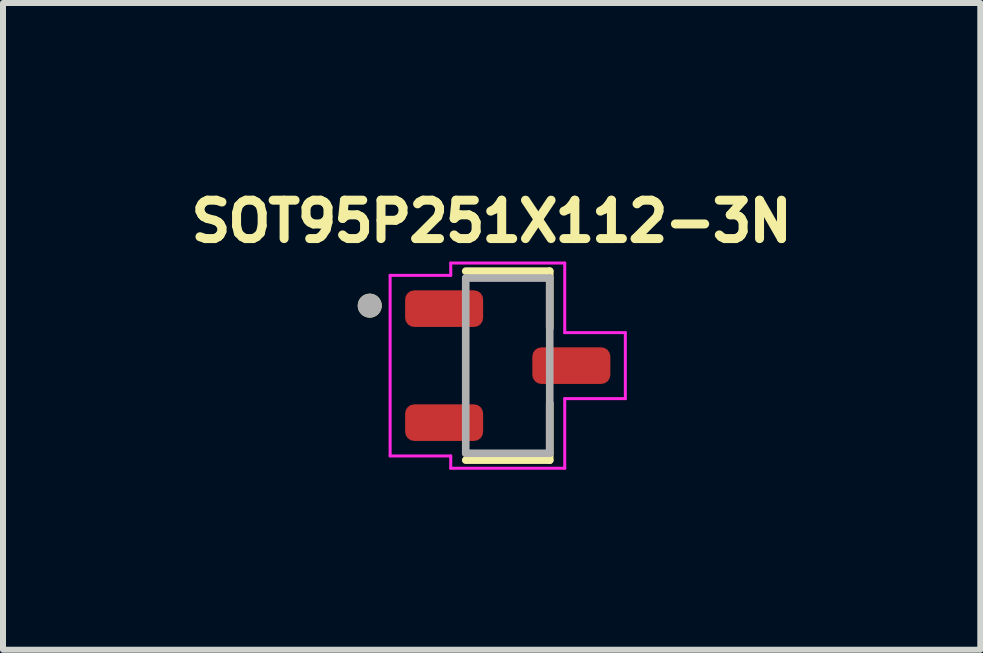
<source format=kicad_pcb>
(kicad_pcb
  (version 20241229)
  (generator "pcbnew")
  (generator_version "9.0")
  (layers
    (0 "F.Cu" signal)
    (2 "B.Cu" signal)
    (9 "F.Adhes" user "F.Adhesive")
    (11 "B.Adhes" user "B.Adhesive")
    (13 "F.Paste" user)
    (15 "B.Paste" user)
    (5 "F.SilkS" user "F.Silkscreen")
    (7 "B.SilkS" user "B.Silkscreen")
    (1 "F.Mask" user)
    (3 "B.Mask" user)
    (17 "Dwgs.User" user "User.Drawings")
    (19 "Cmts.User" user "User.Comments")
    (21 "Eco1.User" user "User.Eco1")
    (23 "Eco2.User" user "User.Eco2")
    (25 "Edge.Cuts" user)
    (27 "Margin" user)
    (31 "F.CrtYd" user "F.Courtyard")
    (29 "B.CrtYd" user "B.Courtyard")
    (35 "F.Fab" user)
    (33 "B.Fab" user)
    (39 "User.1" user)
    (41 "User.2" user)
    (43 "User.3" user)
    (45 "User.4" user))
  (footprint "SOT95P251X112-3N"
    (layer "F.Cu")
    (at 5.412 3.044)
    (property "Reference" "SOT95P251X112-3N" (at -0.268 -2.406 0) (layer "F.SilkS") (effects (font (size 0.64 0.64) (thickness 0.15))))
    (attr smd)
    (fp_line (start -0.7 -1.575) (end 0.7 -1.575) (stroke (width 0.127) (type solid)) (layer "F.SilkS"))
    (fp_line (start -0.7 1.575) (end 0.7 1.575) (stroke (width 0.127) (type solid)) (layer "F.SilkS"))
    (fp_line (start 0.7 -1.575) (end 0.7 -0.625) (stroke (width 0.127) (type solid)) (layer "F.SilkS"))
    (fp_line (start 0.7 0.625) (end 0.7 1.575) (stroke (width 0.127) (type solid)) (layer "F.SilkS"))
    (fp_circle (center -2.3 -1) (end -2.2 -1) (stroke (width 0.2) (type solid)) (fill no) (layer "F.SilkS"))
    (fp_line (start -1.96 -1.505) (end -1.96 1.505) (stroke (width 0.05) (type solid)) (layer "F.CrtYd"))
    (fp_line (start -1.96 1.505) (end -0.95 1.505) (stroke (width 0.05) (type solid)) (layer "F.CrtYd"))
    (fp_line (start -0.95 -1.71) (end -0.95 -1.505) (stroke (width 0.05) (type solid)) (layer "F.CrtYd"))
    (fp_line (start -0.95 -1.71) (end 0.95 -1.71) (stroke (width 0.05) (type solid)) (layer "F.CrtYd"))
    (fp_line (start -0.95 -1.505) (end -1.96 -1.505) (stroke (width 0.05) (type solid)) (layer "F.CrtYd"))
    (fp_line (start -0.95 1.505) (end -0.95 1.71) (stroke (width 0.05) (type solid)) (layer "F.CrtYd"))
    (fp_line (start -0.95 1.71) (end 0.95 1.71) (stroke (width 0.05) (type solid)) (layer "F.CrtYd"))
    (fp_line (start 0.95 -1.71) (end 0.95 -0.55) (stroke (width 0.05) (type solid)) (layer "F.CrtYd"))
    (fp_line (start 0.95 -0.55) (end 1.96 -0.55) (stroke (width 0.05) (type solid)) (layer "F.CrtYd"))
    (fp_line (start 0.95 0.55) (end 0.95 1.71) (stroke (width 0.05) (type solid)) (layer "F.CrtYd"))
    (fp_line (start 1.96 -0.55) (end 1.96 0.55) (stroke (width 0.05) (type solid)) (layer "F.CrtYd"))
    (fp_line (start 1.96 0.55) (end 0.95 0.55) (stroke (width 0.05) (type solid)) (layer "F.CrtYd"))
    (fp_line (start -0.7 -1.46) (end 0.7 -1.46) (stroke (width 0.127) (type solid)) (layer "F.Fab"))
    (fp_line (start -0.7 1.46) (end -0.7 -1.46) (stroke (width 0.127) (type solid)) (layer "F.Fab"))
    (fp_line (start 0.7 -1.46) (end 0.7 1.46) (stroke (width 0.127) (type solid)) (layer "F.Fab"))
    (fp_line (start 0.7 1.46) (end -0.7 1.46) (stroke (width 0.127) (type solid)) (layer "F.Fab"))
    (fp_circle (center -2.3 -1) (end -2.2 -1) (stroke (width 0.2) (type solid)) (fill no) (layer "F.Fab"))
    (pad "1" smd roundrect (at -1.06 -0.95) (size 1.3 0.61) (layers "F.Cu" "F.Mask" "F.Paste") (roundrect_rratio 0.25))
    (pad "2" smd roundrect (at -1.06 0.95) (size 1.3 0.61) (layers "F.Cu" "F.Mask" "F.Paste") (roundrect_rratio 0.25))
    (pad "3" smd roundrect (at 1.06 0) (size 1.3 0.61) (layers "F.Cu" "F.Mask" "F.Paste") (roundrect_rratio 0.25)))
  (gr_rect
    (start -3 -3)
    (end 13.288 7.779)
    (stroke (width 0.1) (type default))
    (fill no)
    (layer "Edge.Cuts")))
</source>
